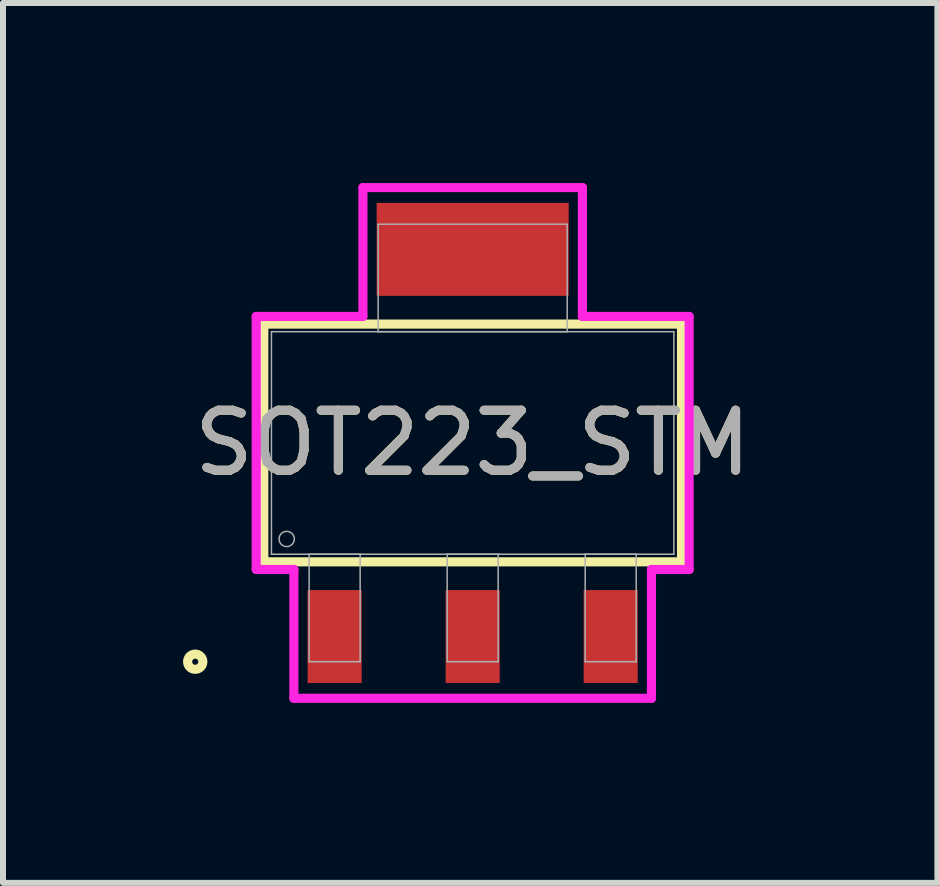
<source format=kicad_pcb>
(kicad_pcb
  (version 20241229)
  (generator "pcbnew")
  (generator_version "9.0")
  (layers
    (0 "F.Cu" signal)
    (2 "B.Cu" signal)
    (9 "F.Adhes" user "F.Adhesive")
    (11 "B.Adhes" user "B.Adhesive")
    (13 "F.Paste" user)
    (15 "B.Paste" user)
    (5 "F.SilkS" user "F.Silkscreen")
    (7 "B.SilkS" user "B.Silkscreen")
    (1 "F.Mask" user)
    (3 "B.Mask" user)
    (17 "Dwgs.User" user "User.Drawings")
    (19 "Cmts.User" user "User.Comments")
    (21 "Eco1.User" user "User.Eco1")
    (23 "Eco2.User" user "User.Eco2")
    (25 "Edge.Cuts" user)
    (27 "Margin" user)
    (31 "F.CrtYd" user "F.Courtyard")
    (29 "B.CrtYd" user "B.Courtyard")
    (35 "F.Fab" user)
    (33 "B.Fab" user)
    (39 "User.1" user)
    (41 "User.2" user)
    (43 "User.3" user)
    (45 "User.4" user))
  (footprint "SOT223_STM"
    (layer "F.Cu")
    (at 4.826 4.331)
    (property "Reference" "SOT223_STM" (at 0 0 0) (unlocked yes) (layer "F.SilkS") (effects (font (size 1 1) (thickness 0.15))))
    (attr smd)
    (fp_line (start -3.48 -1.981) (end -3.48 1.981) (stroke (width 0.152) (type solid)) (layer "F.SilkS"))
    (fp_line (start -3.48 1.981) (end 3.48 1.981) (stroke (width 0.152) (type solid)) (layer "F.SilkS"))
    (fp_line (start 3.48 -1.981) (end -3.48 -1.981) (stroke (width 0.152) (type solid)) (layer "F.SilkS"))
    (fp_line (start 3.48 1.981) (end 3.48 -1.981) (stroke (width 0.152) (type solid)) (layer "F.SilkS"))
    (fp_circle (center -4.623 3.645) (end -4.496 3.645) (stroke (width 0.152) (type solid)) (fill no) (layer "F.SilkS"))
    (fp_line (start -3.607 -2.108) (end -1.829 -2.108) (stroke (width 0.152) (type solid)) (layer "F.CrtYd"))
    (fp_line (start -3.607 2.108) (end -3.607 -2.108) (stroke (width 0.152) (type solid)) (layer "F.CrtYd"))
    (fp_line (start -2.979 2.108) (end -3.607 2.108) (stroke (width 0.152) (type solid)) (layer "F.CrtYd"))
    (fp_line (start -2.979 4.255) (end -2.979 2.108) (stroke (width 0.152) (type solid)) (layer "F.CrtYd"))
    (fp_line (start -1.829 -4.255) (end 1.829 -4.255) (stroke (width 0.152) (type solid)) (layer "F.CrtYd"))
    (fp_line (start -1.829 -2.108) (end -1.829 -4.255) (stroke (width 0.152) (type solid)) (layer "F.CrtYd"))
    (fp_line (start 1.829 -4.255) (end 1.829 -2.108) (stroke (width 0.152) (type solid)) (layer "F.CrtYd"))
    (fp_line (start 1.829 -2.108) (end 3.607 -2.108) (stroke (width 0.152) (type solid)) (layer "F.CrtYd"))
    (fp_line (start 2.979 2.108) (end 2.979 4.255) (stroke (width 0.152) (type solid)) (layer "F.CrtYd"))
    (fp_line (start 2.979 4.255) (end -2.979 4.255) (stroke (width 0.152) (type solid)) (layer "F.CrtYd"))
    (fp_line (start 3.607 -2.108) (end 3.607 2.108) (stroke (width 0.152) (type solid)) (layer "F.CrtYd"))
    (fp_line (start 3.607 2.108) (end 2.979 2.108) (stroke (width 0.152) (type solid)) (layer "F.CrtYd"))
    (fp_line (start -3.353 -1.854) (end -3.353 1.854) (stroke (width 0.025) (type solid)) (layer "F.Fab"))
    (fp_line (start -3.353 1.854) (end 3.353 1.854) (stroke (width 0.025) (type solid)) (layer "F.Fab"))
    (fp_line (start -2.725 1.854) (end -2.725 3.645) (stroke (width 0.025) (type solid)) (layer "F.Fab"))
    (fp_line (start -2.725 3.645) (end -1.875 3.645) (stroke (width 0.025) (type solid)) (layer "F.Fab"))
    (fp_line (start -1.875 1.854) (end -2.725 1.854) (stroke (width 0.025) (type solid)) (layer "F.Fab"))
    (fp_line (start -1.875 3.645) (end -1.875 1.854) (stroke (width 0.025) (type solid)) (layer "F.Fab"))
    (fp_line (start -1.575 -3.645) (end -1.575 -1.854) (stroke (width 0.025) (type solid)) (layer "F.Fab"))
    (fp_line (start -1.575 -1.854) (end 1.575 -1.854) (stroke (width 0.025) (type solid)) (layer "F.Fab"))
    (fp_line (start -0.425 1.854) (end -0.425 3.645) (stroke (width 0.025) (type solid)) (layer "F.Fab"))
    (fp_line (start -0.425 3.645) (end 0.425 3.645) (stroke (width 0.025) (type solid)) (layer "F.Fab"))
    (fp_line (start 0.425 1.854) (end -0.425 1.854) (stroke (width 0.025) (type solid)) (layer "F.Fab"))
    (fp_line (start 0.425 3.645) (end 0.425 1.854) (stroke (width 0.025) (type solid)) (layer "F.Fab"))
    (fp_line (start 1.575 -3.645) (end -1.575 -3.645) (stroke (width 0.025) (type solid)) (layer "F.Fab"))
    (fp_line (start 1.575 -1.854) (end 1.575 -3.645) (stroke (width 0.025) (type solid)) (layer "F.Fab"))
    (fp_line (start 1.875 1.854) (end 1.875 3.645) (stroke (width 0.025) (type solid)) (layer "F.Fab"))
    (fp_line (start 1.875 3.645) (end 2.725 3.645) (stroke (width 0.025) (type solid)) (layer "F.Fab"))
    (fp_line (start 2.725 1.854) (end 1.875 1.854) (stroke (width 0.025) (type solid)) (layer "F.Fab"))
    (fp_line (start 2.725 3.645) (end 2.725 1.854) (stroke (width 0.025) (type solid)) (layer "F.Fab"))
    (fp_line (start 3.353 -1.854) (end -3.353 -1.854) (stroke (width 0.025) (type solid)) (layer "F.Fab"))
    (fp_line (start 3.353 1.854) (end 3.353 -1.854) (stroke (width 0.025) (type solid)) (layer "F.Fab"))
    (fp_circle (center -3.099 1.6) (end -2.972 1.6) (stroke (width 0.025) (type solid)) (fill no) (layer "F.Fab"))
    (fp_text user "${REFERENCE}" (at 0 0 0) (unlocked yes) (layer "F.Fab") (effects (font (size 1 1) (thickness 0.15))))
    (pad "1" smd rect (at -2.3 3.226) (size 0.901 1.549) (layers "F.Cu" "F.Mask" "F.Paste"))
    (pad "2" smd rect (at 0 3.226) (size 0.901 1.549) (layers "F.Cu" "F.Mask" "F.Paste"))
    (pad "3" smd rect (at 2.3 3.226) (size 0.901 1.549) (layers "F.Cu" "F.Mask" "F.Paste"))
    (pad "4" smd rect (at 0 -3.226) (size 3.2 1.549) (layers "F.Cu" "F.Mask" "F.Paste")))
  (gr_rect
    (start -3 -3)
    (end 12.57 11.661)
    (stroke (width 0.1) (type default))
    (fill no)
    (layer "Edge.Cuts")))
</source>
